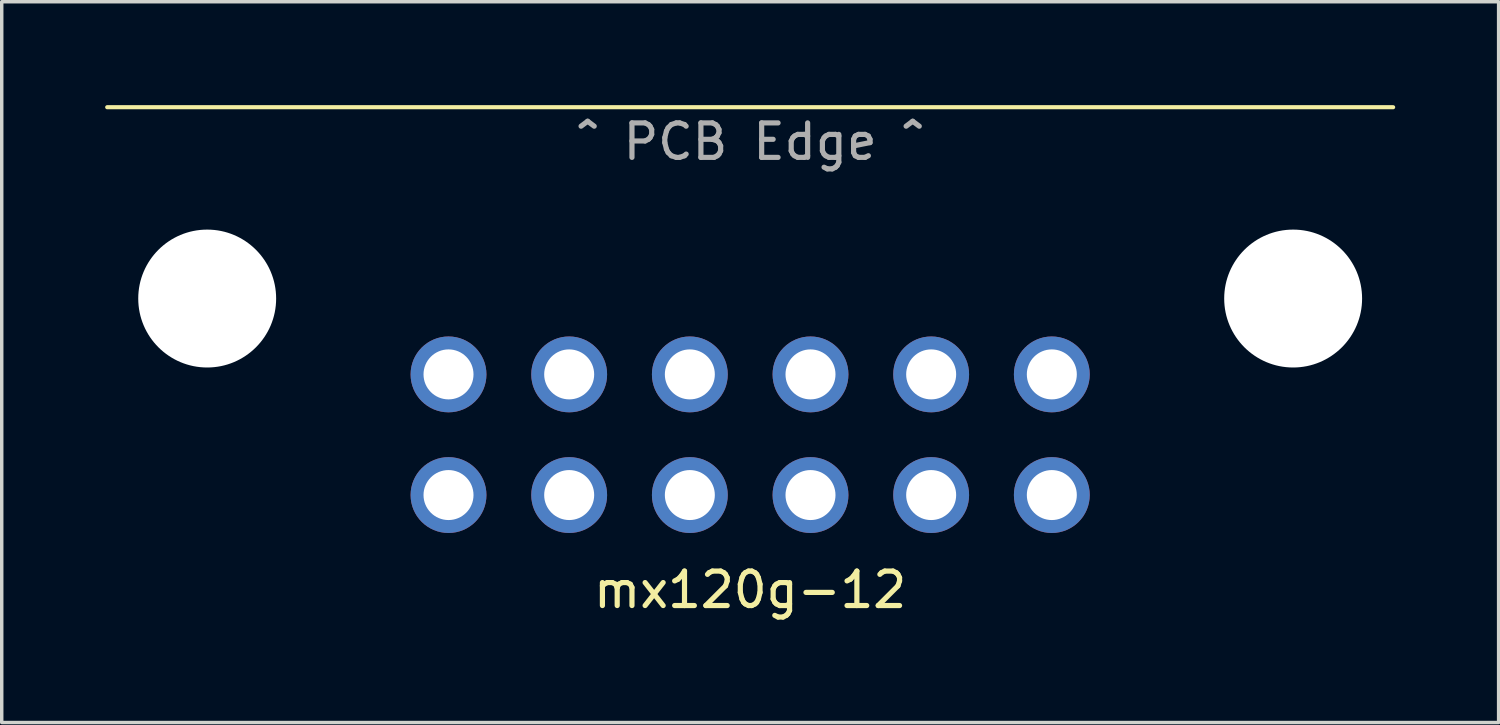
<source format=kicad_pcb>
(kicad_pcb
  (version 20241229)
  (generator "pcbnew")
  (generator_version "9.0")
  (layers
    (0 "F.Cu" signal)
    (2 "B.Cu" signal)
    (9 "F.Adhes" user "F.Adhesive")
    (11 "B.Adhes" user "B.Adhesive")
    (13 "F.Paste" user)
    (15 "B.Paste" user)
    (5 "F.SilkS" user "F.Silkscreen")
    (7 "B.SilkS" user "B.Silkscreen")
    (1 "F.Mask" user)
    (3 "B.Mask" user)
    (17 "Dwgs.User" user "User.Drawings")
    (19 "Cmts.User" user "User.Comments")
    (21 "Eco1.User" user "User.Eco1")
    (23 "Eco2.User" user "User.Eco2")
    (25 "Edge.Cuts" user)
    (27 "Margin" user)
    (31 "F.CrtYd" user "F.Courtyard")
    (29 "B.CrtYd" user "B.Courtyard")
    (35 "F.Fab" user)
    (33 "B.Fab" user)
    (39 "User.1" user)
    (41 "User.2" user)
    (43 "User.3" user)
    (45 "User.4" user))
  (footprint "mx120g-12"
    (layer "F.Cu")
    (at 18.71 11.31)
    (property "Reference" "mx120g-12" (at 0 2.75 0) (layer "F.SilkS") (effects (font (size 1 1) (thickness 0.15))))
    (attr through_hole)
    (fp_line (start 18.65 -11.25) (end -18.65 -11.25) (stroke (width 0.12) (type solid)) (layer "F.SilkS"))
    (fp_text user "^ PCB Edge ^" (at 0 -10.25 0) (layer "F.Fab") (effects (font (size 1 1) (thickness 0.15))))
    (pad "" np_thru_hole circle (at -15.75 -5.7) (size 4 4) (drill 4) (layers "*.Cu" "*.Mask"))
    (pad "" np_thru_hole circle (at 15.75 -5.7) (size 4 4) (drill 4) (layers "*.Cu" "*.Mask"))
    (pad "1" thru_hole circle (at 8.75 0 180) (size 2.2 2.2) (drill 1.45) (layers "*.Cu" "*.Mask"))
    (pad "2" thru_hole circle (at 5.25 0 180) (size 2.2 2.2) (drill 1.45) (layers "*.Cu" "*.Mask"))
    (pad "3" thru_hole circle (at 1.75 0 180) (size 2.2 2.2) (drill 1.45) (layers "*.Cu" "*.Mask"))
    (pad "4" thru_hole circle (at -1.75 0 180) (size 2.2 2.2) (drill 1.45) (layers "*.Cu" "*.Mask"))
    (pad "5" thru_hole circle (at -5.25 0 180) (size 2.2 2.2) (drill 1.45) (layers "*.Cu" "*.Mask"))
    (pad "6" thru_hole circle (at -8.75 0 180) (size 2.2 2.2) (drill 1.45) (layers "*.Cu" "*.Mask"))
    (pad "7" thru_hole circle (at 8.75 -3.5 180) (size 2.2 2.2) (drill 1.45) (layers "*.Cu" "*.Mask"))
    (pad "8" thru_hole circle (at 5.25 -3.5 180) (size 2.2 2.2) (drill 1.45) (layers "*.Cu" "*.Mask"))
    (pad "9" thru_hole circle (at 1.75 -3.5 180) (size 2.2 2.2) (drill 1.45) (layers "*.Cu" "*.Mask"))
    (pad "10" thru_hole circle (at -1.75 -3.5 180) (size 2.2 2.2) (drill 1.45) (layers "*.Cu" "*.Mask"))
    (pad "11" thru_hole circle (at -5.25 -3.5 180) (size 2.2 2.2) (drill 1.45) (layers "*.Cu" "*.Mask"))
    (pad "12" thru_hole circle (at -8.75 -3.5 180) (size 2.2 2.2) (drill 1.45) (layers "*.Cu" "*.Mask")))
  (gr_rect
    (start -3 -3)
    (end 40.42 17.908)
    (stroke (width 0.1) (type default))
    (fill no)
    (layer "Edge.Cuts")))
</source>
